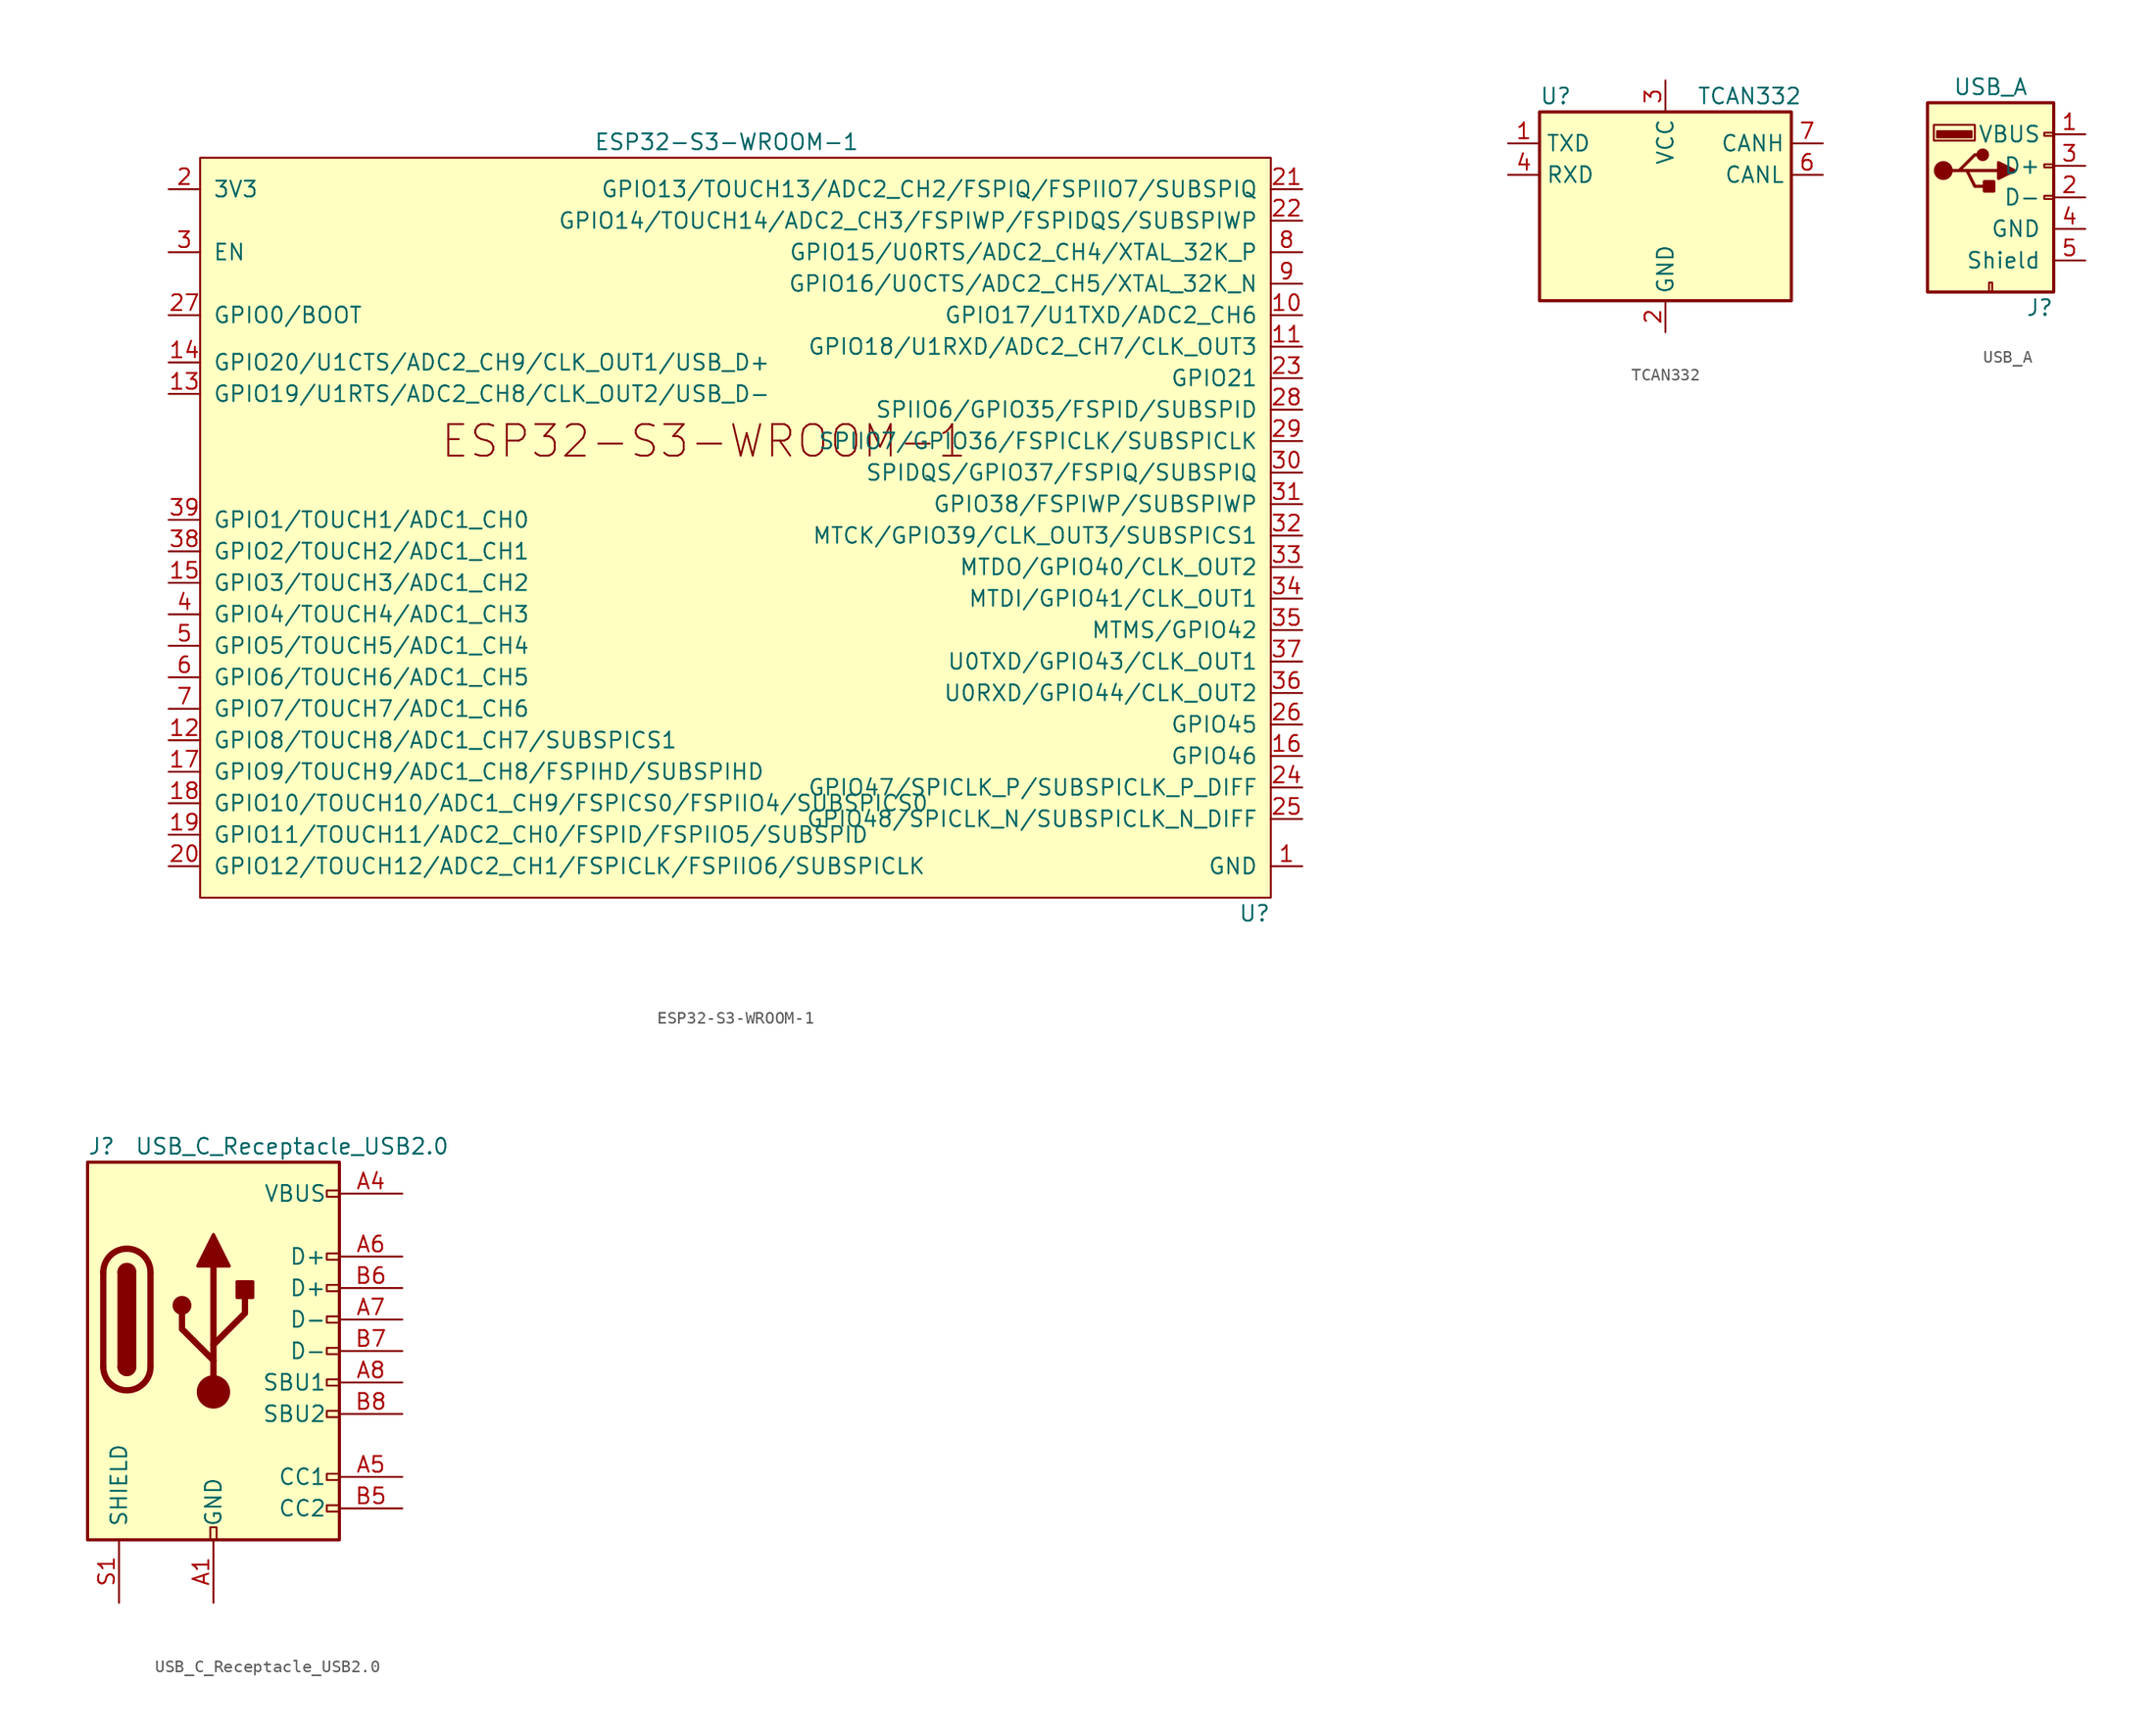
<source format=kicad_sym>
(kicad_symbol_lib
  (version 20220914)
  (generator kicad_symbol_editor)
  (symbol "ESP32-S3-WROOM-1"
    (pin_names
      (offset 1.016))
    (property "Reference" "U"
      (at 43.18 -22.86 0)
      (effects (font (size 1.27 1.27)) (justify right)))
    (property "Value" "ESP32-S3-WROOM-1"
      (at -11.43 39.37 0)
      (effects (font (size 1.27 1.27)) (justify left)))
    (symbol "ESP32-S3-WROOM-1_0_0"
      (text "ESP32-S3-WROOM-1" (at -2.54 15.24 0) (effects (font (size 2.54 2.54))))
      (pin power_in line (at 45.72 -19.05 180) (length 2.54) (name "GND" (effects (font (size 1.27 1.27)))) (number "1" (effects (font (size 1.27 1.27)))))
      (pin bidirectional line (at 45.72 25.4 180) (length 2.54) (name "GPIO17/U1TXD/ADC2_CH6" (effects (font (size 1.27 1.27)))) (number "10" (effects (font (size 1.27 1.27)))))
      (pin bidirectional line (at 45.72 22.86 180) (length 2.54) (name "GPIO18/U1RXD/ADC2_CH7/CLK_OUT3" (effects (font (size 1.27 1.27)))) (number "11" (effects (font (size 1.27 1.27)))))
      (pin bidirectional line (at -45.72 -8.89 0) (length 2.54) (name "GPIO8/TOUCH8/ADC1_CH7/SUBSPICS1" (effects (font (size 1.27 1.27)))) (number "12" (effects (font (size 1.27 1.27)))))
      (pin bidirectional line (at -45.72 19.05 0) (length 2.54) (name "GPIO19/U1RTS/ADC2_CH8/CLK_OUT2/USB_D-" (effects (font (size 1.27 1.27)))) (number "13" (effects (font (size 1.27 1.27)))))
      (pin bidirectional line (at -45.72 21.59 0) (length 2.54) (name "GPIO20/U1CTS/ADC2_CH9/CLK_OUT1/USB_D+" (effects (font (size 1.27 1.27)))) (number "14" (effects (font (size 1.27 1.27)))))
      (pin bidirectional line (at -45.72 3.81 0) (length 2.54) (name "GPIO3/TOUCH3/ADC1_CH2" (effects (font (size 1.27 1.27)))) (number "15" (effects (font (size 1.27 1.27)))))
      (pin bidirectional line (at 45.72 -10.16 180) (length 2.54) (name "GPIO46" (effects (font (size 1.27 1.27)))) (number "16" (effects (font (size 1.27 1.27)))))
      (pin bidirectional line (at -45.72 -11.43 0) (length 2.54) (name "GPIO9/TOUCH9/ADC1_CH8/FSPIHD/SUBSPIHD" (effects (font (size 1.27 1.27)))) (number "17" (effects (font (size 1.27 1.27)))))
      (pin bidirectional line (at -45.72 -13.97 0) (length 2.54) (name "GPIO10/TOUCH10/ADC1_CH9/FSPICS0/FSPIIO4/SUBSPICS0" (effects (font (size 1.27 1.27)))) (number "18" (effects (font (size 1.27 1.27)))))
      (pin bidirectional line (at -45.72 -16.51 0) (length 2.54) (name "GPIO11/TOUCH11/ADC2_CH0/FSPID/FSPIIO5/SUBSPID" (effects (font (size 1.27 1.27)))) (number "19" (effects (font (size 1.27 1.27)))))
      (pin power_in line (at -45.72 35.56 0) (length 2.54) (name "3V3" (effects (font (size 1.27 1.27)))) (number "2" (effects (font (size 1.27 1.27)))))
      (pin bidirectional line (at -45.72 -19.05 0) (length 2.54) (name "GPIO12/TOUCH12/ADC2_CH1/FSPICLK/FSPIIO6/SUBSPICLK" (effects (font (size 1.27 1.27)))) (number "20" (effects (font (size 1.27 1.27)))))
      (pin bidirectional line (at 45.72 35.56 180) (length 2.54) (name "GPIO13/TOUCH13/ADC2_CH2/FSPIQ/FSPIIO7/SUBSPIQ" (effects (font (size 1.27 1.27)))) (number "21" (effects (font (size 1.27 1.27)))))
      (pin bidirectional line (at 45.72 33.02 180) (length 2.54) (name "GPIO14/TOUCH14/ADC2_CH3/FSPIWP/FSPIDQS/SUBSPIWP" (effects (font (size 1.27 1.27)))) (number "22" (effects (font (size 1.27 1.27)))))
      (pin bidirectional line (at 45.72 20.32 180) (length 2.54) (name "GPIO21" (effects (font (size 1.27 1.27)))) (number "23" (effects (font (size 1.27 1.27)))))
      (pin bidirectional line (at 45.72 -12.7 180) (length 2.54) (name "GPIO47/SPICLK_P/SUBSPICLK_P_DIFF" (effects (font (size 1.27 1.27)))) (number "24" (effects (font (size 1.27 1.27)))))
      (pin bidirectional line (at 45.72 -15.24 180) (length 2.54) (name "GPIO48/SPICLK_N/SUBSPICLK_N_DIFF" (effects (font (size 1.27 1.27)))) (number "25" (effects (font (size 1.27 1.27)))))
      (pin bidirectional line (at 45.72 -7.62 180) (length 2.54) (name "GPIO45" (effects (font (size 1.27 1.27)))) (number "26" (effects (font (size 1.27 1.27)))))
      (pin bidirectional line (at -45.72 25.4 0) (length 2.54) (name "GPIO0/BOOT" (effects (font (size 1.27 1.27)))) (number "27" (effects (font (size 1.27 1.27)))))
      (pin bidirectional line (at 45.72 17.78 180) (length 2.54) (name "SPIIO6/GPIO35/FSPID/SUBSPID" (effects (font (size 1.27 1.27)))) (number "28" (effects (font (size 1.27 1.27)))))
      (pin bidirectional line (at 45.72 15.24 180) (length 2.54) (name "SPIIO7/GPIO36/FSPICLK/SUBSPICLK" (effects (font (size 1.27 1.27)))) (number "29" (effects (font (size 1.27 1.27)))))
      (pin input line (at -45.72 30.48 0) (length 2.54) (name "EN" (effects (font (size 1.27 1.27)))) (number "3" (effects (font (size 1.27 1.27)))))
      (pin bidirectional line (at 45.72 12.7 180) (length 2.54) (name "SPIDQS/GPIO37/FSPIQ/SUBSPIQ" (effects (font (size 1.27 1.27)))) (number "30" (effects (font (size 1.27 1.27)))))
      (pin bidirectional line (at 45.72 10.16 180) (length 2.54) (name "GPIO38/FSPIWP/SUBSPIWP" (effects (font (size 1.27 1.27)))) (number "31" (effects (font (size 1.27 1.27)))))
      (pin bidirectional line (at 45.72 7.62 180) (length 2.54) (name "MTCK/GPIO39/CLK_OUT3/SUBSPICS1" (effects (font (size 1.27 1.27)))) (number "32" (effects (font (size 1.27 1.27)))))
      (pin bidirectional line (at 45.72 5.08 180) (length 2.54) (name "MTDO/GPIO40/CLK_OUT2" (effects (font (size 1.27 1.27)))) (number "33" (effects (font (size 1.27 1.27)))))
      (pin bidirectional line (at 45.72 2.54 180) (length 2.54) (name "MTDI/GPIO41/CLK_OUT1" (effects (font (size 1.27 1.27)))) (number "34" (effects (font (size 1.27 1.27)))))
      (pin bidirectional line (at 45.72 0 180) (length 2.54) (name "MTMS/GPIO42" (effects (font (size 1.27 1.27)))) (number "35" (effects (font (size 1.27 1.27)))))
      (pin bidirectional line (at 45.72 -5.08 180) (length 2.54) (name "U0RXD/GPIO44/CLK_OUT2" (effects (font (size 1.27 1.27)))) (number "36" (effects (font (size 1.27 1.27)))))
      (pin bidirectional line (at 45.72 -2.54 180) (length 2.54) (name "U0TXD/GPIO43/CLK_OUT1" (effects (font (size 1.27 1.27)))) (number "37" (effects (font (size 1.27 1.27)))))
      (pin bidirectional line (at -45.72 6.35 0) (length 2.54) (name "GPIO2/TOUCH2/ADC1_CH1" (effects (font (size 1.27 1.27)))) (number "38" (effects (font (size 1.27 1.27)))))
      (pin bidirectional line (at -45.72 8.89 0) (length 2.54) (name "GPIO1/TOUCH1/ADC1_CH0" (effects (font (size 1.27 1.27)))) (number "39" (effects (font (size 1.27 1.27)))))
      (pin bidirectional line (at -45.72 1.27 0) (length 2.54) (name "GPIO4/TOUCH4/ADC1_CH3" (effects (font (size 1.27 1.27)))) (number "4" (effects (font (size 1.27 1.27)))))
      (pin passive line (at 45.72 -19.05 180) (length 2.54) hide (name "GND" (effects (font (size 1.27 1.27)))) (number "40" (effects (font (size 1.27 1.27)))))
      (pin passive line (at 45.72 -19.05 180) (length 2.54) hide (name "GND" (effects (font (size 1.27 1.27)))) (number "41" (effects (font (size 1.27 1.27)))))
      (pin bidirectional line (at -45.72 -1.27 0) (length 2.54) (name "GPIO5/TOUCH5/ADC1_CH4" (effects (font (size 1.27 1.27)))) (number "5" (effects (font (size 1.27 1.27)))))
      (pin bidirectional line (at -45.72 -3.81 0) (length 2.54) (name "GPIO6/TOUCH6/ADC1_CH5" (effects (font (size 1.27 1.27)))) (number "6" (effects (font (size 1.27 1.27)))))
      (pin bidirectional line (at -45.72 -6.35 0) (length 2.54) (name "GPIO7/TOUCH7/ADC1_CH6" (effects (font (size 1.27 1.27)))) (number "7" (effects (font (size 1.27 1.27)))))
      (pin bidirectional line (at 45.72 30.48 180) (length 2.54) (name "GPIO15/U0RTS/ADC2_CH4/XTAL_32K_P" (effects (font (size 1.27 1.27)))) (number "8" (effects (font (size 1.27 1.27)))))
      (pin bidirectional line (at 45.72 27.94 180) (length 2.54) (name "GPIO16/U0CTS/ADC2_CH5/XTAL_32K_N" (effects (font (size 1.27 1.27)))) (number "9" (effects (font (size 1.27 1.27))))))
    (symbol "ESP32-S3-WROOM-1_0_1"
      (rectangle (start -43.18 38.1) (end 43.18 -21.59) (stroke (width 0) (type default)) (fill (type background)))))
  (symbol "TCAN332"
    (property "Reference" "U"
      (at -10.16 8.89 0)
      (effects (font (size 1.27 1.27)) (justify left)))
    (property "Value" "TCAN332"
      (at 2.54 8.89 0)
      (effects (font (size 1.27 1.27)) (justify left)))
    (symbol "TCAN332_0_1"
      (rectangle (start -10.16 7.62) (end 10.16 -7.62) (stroke (width 0.254) (type default)) (fill (type background))))
    (symbol "TCAN332_1_1"
      (pin input line (at -12.7 5.08 0) (length 2.54) (name "TXD" (effects (font (size 1.27 1.27)))) (number "1" (effects (font (size 1.27 1.27)))))
      (pin power_in line (at 0 -10.16 90) (length 2.54) (name "GND" (effects (font (size 1.27 1.27)))) (number "2" (effects (font (size 1.27 1.27)))))
      (pin power_in line (at 0 10.16 270) (length 2.54) (name "VCC" (effects (font (size 1.27 1.27)))) (number "3" (effects (font (size 1.27 1.27)))))
      (pin tri_state line (at -12.7 2.54 0) (length 2.54) (name "RXD" (effects (font (size 1.27 1.27)))) (number "4" (effects (font (size 1.27 1.27)))))
      (pin no_connect line (at -10.16 -2.54 0) (length 2.54) hide (name "NC" (effects (font (size 1.27 1.27)))) (number "5" (effects (font (size 1.27 1.27)))))
      (pin bidirectional line (at 12.7 2.54 180) (length 2.54) (name "CANL" (effects (font (size 1.27 1.27)))) (number "6" (effects (font (size 1.27 1.27)))))
      (pin bidirectional line (at 12.7 5.08 180) (length 2.54) (name "CANH" (effects (font (size 1.27 1.27)))) (number "7" (effects (font (size 1.27 1.27)))))
      (pin no_connect line (at -10.16 -5.08 0) (length 2.54) hide (name "NC" (effects (font (size 1.27 1.27)))) (number "8" (effects (font (size 1.27 1.27)))))))
  (symbol "USB_A"
    (pin_names
      (offset 1.016))
    (property "Reference" "J"
      (at 5.08 -8.89 0)
      (effects (font (size 1.27 1.27)) (justify right)))
    (property "Value" "USB_A"
      (at 0 8.89 0)
      (effects (font (size 1.27 1.27))))
    (symbol "USB_A_0_1"
      (rectangle (start -5.08 -7.62) (end 5.08 7.62) (stroke (width 0.254) (type default)) (fill (type background)))
      (circle (center -3.81 2.159) (radius 0.635) (stroke (width 0.254) (type default)) (fill (type outline)))
      (rectangle (start -1.524 4.826) (end -4.318 5.334) (stroke (width 0) (type default)) (fill (type outline)))
      (rectangle (start -1.27 4.572) (end -4.572 5.842) (stroke (width 0) (type default)) (fill (type none)))
      (circle (center -0.635 3.429) (radius 0.381) (stroke (width 0.254) (type default)) (fill (type outline)))
      (rectangle (start -0.127 -7.62) (end 0.127 -6.858) (stroke (width 0) (type default)) (fill (type none)))
      (polyline (pts (xy -3.175 2.159) (xy -2.54 2.159) (xy -1.27 3.429) (xy -0.635 3.429)) (stroke (width 0.254) (type default)) (fill (type none)))
      (polyline (pts (xy -2.54 2.159) (xy -1.905 2.159) (xy -1.27 0.889) (xy 0 0.889)) (stroke (width 0.254) (type default)) (fill (type none)))
      (polyline (pts (xy 0.635 2.794) (xy 0.635 1.524) (xy 1.905 2.159) (xy 0.635 2.794)) (stroke (width 0.254) (type default)) (fill (type outline)))
      (rectangle (start 0.254 1.27) (end -0.508 0.508) (stroke (width 0.254) (type default)) (fill (type outline)))
      (rectangle (start 5.08 -0.127) (end 4.318 0.127) (stroke (width 0) (type default)) (fill (type none)))
      (rectangle (start 5.08 2.413) (end 4.318 2.667) (stroke (width 0) (type default)) (fill (type none)))
      (rectangle (start 5.08 4.953) (end 4.318 5.207) (stroke (width 0) (type default)) (fill (type none))))
    (symbol "USB_A_1_1"
      (polyline (pts (xy -1.905 2.159) (xy 0.635 2.159)) (stroke (width 0.254) (type default)) (fill (type none)))
      (pin power_in line (at 7.62 5.08 180) (length 2.54) (name "VBUS" (effects (font (size 1.27 1.27)))) (number "1" (effects (font (size 1.27 1.27)))))
      (pin bidirectional line (at 7.62 0 180) (length 2.54) (name "D-" (effects (font (size 1.27 1.27)))) (number "2" (effects (font (size 1.27 1.27)))))
      (pin bidirectional line (at 7.62 2.54 180) (length 2.54) (name "D+" (effects (font (size 1.27 1.27)))) (number "3" (effects (font (size 1.27 1.27)))))
      (pin power_in line (at 7.62 -2.54 180) (length 2.54) (name "GND" (effects (font (size 1.27 1.27)))) (number "4" (effects (font (size 1.27 1.27)))))
      (pin passive line (at 7.62 -5.08 180) (length 2.54) (name "Shield" (effects (font (size 1.27 1.27)))) (number "5" (effects (font (size 1.27 1.27)))))))
  (symbol "USB_C_Receptacle_USB2.0"
    (pin_names
      (offset 1.016))
    (property "Reference" "J"
      (at -10.16 19.05 0)
      (effects (font (size 1.27 1.27)) (justify left)))
    (property "Value" "USB_C_Receptacle_USB2.0"
      (at 19.05 19.05 0)
      (effects (font (size 1.27 1.27)) (justify right)))
    (symbol "USB_C_Receptacle_USB2.0_0_0"
      (rectangle (start -0.254 -12.7) (end 0.254 -11.684) (stroke (width 0) (type default)) (fill (type none)))
      (rectangle (start 10.16 -9.906) (end 9.144 -10.414) (stroke (width 0) (type default)) (fill (type none)))
      (rectangle (start 10.16 -7.366) (end 9.144 -7.874) (stroke (width 0) (type default)) (fill (type none)))
      (rectangle (start 10.16 -2.286) (end 9.144 -2.794) (stroke (width 0) (type default)) (fill (type none)))
      (rectangle (start 10.16 0.254) (end 9.144 -0.254) (stroke (width 0) (type default)) (fill (type none)))
      (rectangle (start 10.16 2.794) (end 9.144 2.286) (stroke (width 0) (type default)) (fill (type none)))
      (rectangle (start 10.16 5.334) (end 9.144 4.826) (stroke (width 0) (type default)) (fill (type none)))
      (rectangle (start 10.16 7.874) (end 9.144 7.366) (stroke (width 0) (type default)) (fill (type none)))
      (rectangle (start 10.16 10.414) (end 9.144 9.906) (stroke (width 0) (type default)) (fill (type none)))
      (rectangle (start 10.16 15.494) (end 9.144 14.986) (stroke (width 0) (type default)) (fill (type none))))
    (symbol "USB_C_Receptacle_USB2.0_0_1"
      (rectangle (start -10.16 17.78) (end 10.16 -12.7) (stroke (width 0.254) (type default)) (fill (type background)))
      (arc (start -8.89 1.27) (mid -6.985 -0.6267) (end -5.08 1.27) (stroke (width 0.508) (type default)) (fill (type none)))
      (arc (start -7.62 1.27) (mid -6.985 0.6377) (end -6.35 1.27) (stroke (width 0.254) (type default)) (fill (type none)))
      (arc (start -7.62 1.27) (mid -6.985 0.6377) (end -6.35 1.27) (stroke (width 0.254) (type default)) (fill (type outline)))
      (rectangle (start -7.62 1.27) (end -6.35 8.89) (stroke (width 0.254) (type default)) (fill (type outline)))
      (arc (start -6.35 8.89) (mid -6.985 9.5223) (end -7.62 8.89) (stroke (width 0.254) (type default)) (fill (type none)))
      (arc (start -6.35 8.89) (mid -6.985 9.5223) (end -7.62 8.89) (stroke (width 0.254) (type default)) (fill (type outline)))
      (arc (start -5.08 8.89) (mid -6.985 10.7867) (end -8.89 8.89) (stroke (width 0.508) (type default)) (fill (type none)))
      (circle (center -2.54 6.223) (radius 0.635) (stroke (width 0.254) (type default)) (fill (type outline)))
      (circle (center 0 -0.762) (radius 1.27) (stroke (width 0) (type default)) (fill (type outline)))
      (polyline (pts (xy -8.89 1.27) (xy -8.89 8.89)) (stroke (width 0.508) (type default)) (fill (type none)))
      (polyline (pts (xy -5.08 8.89) (xy -5.08 1.27)) (stroke (width 0.508) (type default)) (fill (type none)))
      (polyline (pts (xy 0 -0.762) (xy 0 9.398)) (stroke (width 0.508) (type default)) (fill (type none)))
      (polyline (pts (xy 0 1.778) (xy -2.54 4.318) (xy -2.54 5.588)) (stroke (width 0.508) (type default)) (fill (type none)))
      (polyline (pts (xy 0 3.048) (xy 2.54 5.588) (xy 2.54 6.858)) (stroke (width 0.508) (type default)) (fill (type none)))
      (polyline (pts (xy -1.27 9.398) (xy 0 11.938) (xy 1.27 9.398) (xy -1.27 9.398)) (stroke (width 0.254) (type default)) (fill (type outline)))
      (rectangle (start 1.905 6.858) (end 3.175 8.128) (stroke (width 0.254) (type default)) (fill (type outline))))
    (symbol "USB_C_Receptacle_USB2.0_1_1"
      (pin passive line (at 0 -17.78 90) (length 5.08) (name "GND" (effects (font (size 1.27 1.27)))) (number "A1" (effects (font (size 1.27 1.27)))))
      (pin passive line (at 0 -17.78 90) (length 5.08) hide (name "GND" (effects (font (size 1.27 1.27)))) (number "A12" (effects (font (size 1.27 1.27)))))
      (pin passive line (at 15.24 15.24 180) (length 5.08) (name "VBUS" (effects (font (size 1.27 1.27)))) (number "A4" (effects (font (size 1.27 1.27)))))
      (pin bidirectional line (at 15.24 -7.62 180) (length 5.08) (name "CC1" (effects (font (size 1.27 1.27)))) (number "A5" (effects (font (size 1.27 1.27)))))
      (pin bidirectional line (at 15.24 10.16 180) (length 5.08) (name "D+" (effects (font (size 1.27 1.27)))) (number "A6" (effects (font (size 1.27 1.27)))))
      (pin bidirectional line (at 15.24 5.08 180) (length 5.08) (name "D-" (effects (font (size 1.27 1.27)))) (number "A7" (effects (font (size 1.27 1.27)))))
      (pin bidirectional line (at 15.24 0 180) (length 5.08) (name "SBU1" (effects (font (size 1.27 1.27)))) (number "A8" (effects (font (size 1.27 1.27)))))
      (pin passive line (at 15.24 15.24 180) (length 5.08) hide (name "VBUS" (effects (font (size 1.27 1.27)))) (number "A9" (effects (font (size 1.27 1.27)))))
      (pin passive line (at 0 -17.78 90) (length 5.08) hide (name "GND" (effects (font (size 1.27 1.27)))) (number "B1" (effects (font (size 1.27 1.27)))))
      (pin passive line (at 0 -17.78 90) (length 5.08) hide (name "GND" (effects (font (size 1.27 1.27)))) (number "B12" (effects (font (size 1.27 1.27)))))
      (pin passive line (at 15.24 15.24 180) (length 5.08) hide (name "VBUS" (effects (font (size 1.27 1.27)))) (number "B4" (effects (font (size 1.27 1.27)))))
      (pin bidirectional line (at 15.24 -10.16 180) (length 5.08) (name "CC2" (effects (font (size 1.27 1.27)))) (number "B5" (effects (font (size 1.27 1.27)))))
      (pin bidirectional line (at 15.24 7.62 180) (length 5.08) (name "D+" (effects (font (size 1.27 1.27)))) (number "B6" (effects (font (size 1.27 1.27)))))
      (pin bidirectional line (at 15.24 2.54 180) (length 5.08) (name "D-" (effects (font (size 1.27 1.27)))) (number "B7" (effects (font (size 1.27 1.27)))))
      (pin bidirectional line (at 15.24 -2.54 180) (length 5.08) (name "SBU2" (effects (font (size 1.27 1.27)))) (number "B8" (effects (font (size 1.27 1.27)))))
      (pin passive line (at 15.24 15.24 180) (length 5.08) hide (name "VBUS" (effects (font (size 1.27 1.27)))) (number "B9" (effects (font (size 1.27 1.27)))))
      (pin passive line (at -7.62 -17.78 90) (length 5.08) (name "SHIELD" (effects (font (size 1.27 1.27)))) (number "S1" (effects (font (size 1.27 1.27))))))))
</source>
